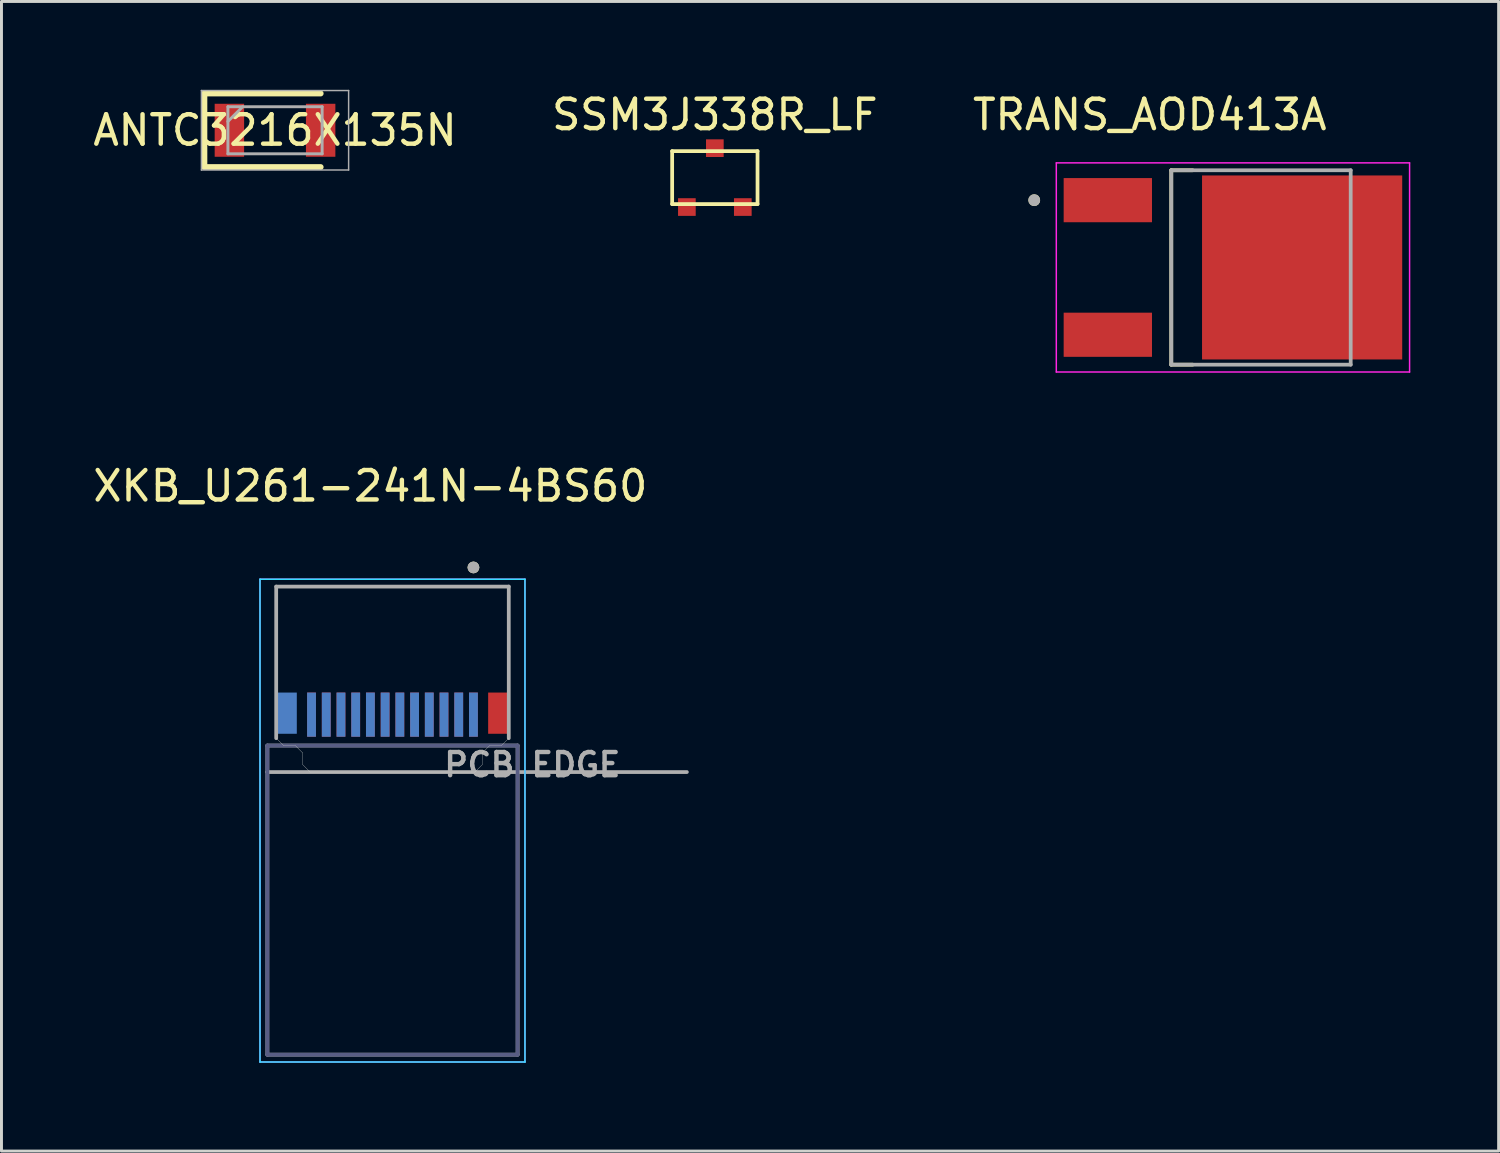
<source format=kicad_pcb>
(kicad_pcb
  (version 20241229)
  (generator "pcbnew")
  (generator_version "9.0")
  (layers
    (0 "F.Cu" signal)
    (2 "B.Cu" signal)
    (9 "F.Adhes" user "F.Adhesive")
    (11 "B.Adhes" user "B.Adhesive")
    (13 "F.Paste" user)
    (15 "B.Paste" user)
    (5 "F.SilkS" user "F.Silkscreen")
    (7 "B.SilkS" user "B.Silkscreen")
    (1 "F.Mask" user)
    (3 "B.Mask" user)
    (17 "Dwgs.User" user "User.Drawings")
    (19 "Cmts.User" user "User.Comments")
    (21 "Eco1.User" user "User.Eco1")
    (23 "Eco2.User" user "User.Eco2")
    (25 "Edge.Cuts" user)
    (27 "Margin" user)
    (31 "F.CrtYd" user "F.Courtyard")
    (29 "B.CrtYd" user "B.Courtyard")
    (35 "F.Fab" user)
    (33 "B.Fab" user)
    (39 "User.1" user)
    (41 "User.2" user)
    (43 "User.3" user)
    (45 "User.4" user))
  (footprint "ANTC3216X135N"
    (layer "F.Cu")
    (at 6.292 1.375)
    (property "Reference" "ANTC3216X135N" (at 0 0 0) (layer "F.SilkS") (effects (font (size 1 1) (thickness 0.15))))
    (attr smd)
    (fp_line (start -2.4 -1.25) (end -2.4 1.25) (stroke (width 0.2) (type solid)) (layer "F.SilkS"))
    (fp_line (start -2.4 1.25) (end 1.55 1.25) (stroke (width 0.2) (type solid)) (layer "F.SilkS"))
    (fp_line (start 1.55 -1.25) (end -2.4 -1.25) (stroke (width 0.2) (type solid)) (layer "F.SilkS"))
    (fp_line (start -2.5 -1.35) (end 2.5 -1.35) (stroke (width 0.05) (type solid)) (layer "F.Fab"))
    (fp_line (start -2.5 1.35) (end -2.5 -1.35) (stroke (width 0.05) (type solid)) (layer "F.Fab"))
    (fp_line (start -1.6 -0.8) (end 1.6 -0.8) (stroke (width 0.1) (type solid)) (layer "F.Fab"))
    (fp_line (start -1.6 -0.3) (end -1.1 -0.8) (stroke (width 0.1) (type solid)) (layer "F.Fab"))
    (fp_line (start -1.6 0.8) (end -1.6 -0.8) (stroke (width 0.1) (type solid)) (layer "F.Fab"))
    (fp_line (start 1.6 -0.8) (end 1.6 0.8) (stroke (width 0.1) (type solid)) (layer "F.Fab"))
    (fp_line (start 1.6 0.8) (end -1.6 0.8) (stroke (width 0.1) (type solid)) (layer "F.Fab"))
    (fp_line (start 2.5 -1.35) (end 2.5 1.35) (stroke (width 0.05) (type solid)) (layer "F.Fab"))
    (fp_line (start 2.5 1.35) (end -2.5 1.35) (stroke (width 0.05) (type solid)) (layer "F.Fab"))
    (pad "1" smd rect (at -1.55 0 90) (size 1.8 1) (layers "F.Cu" "F.Mask" "F.Paste"))
    (pad "2" smd rect (at 1.55 0 90) (size 1.8 1) (layers "F.Cu" "F.Mask" "F.Paste")))
  (footprint "XKB_U261-241N-4BS60"
    (layer "F.Cu")
    (at 10.282 23.175)
    (property "Reference" "XKB_U261-241N-4BS60" (at -0.752 -9.715 0) (layer "F.SilkS") (effects (font (size 1 1) (thickness 0.15))))
    (attr smd)
    (fp_poly (pts (xy -2.95 -2.75) (xy -2.55 -2.75) (xy -2.55 -1.15) (xy -2.95 -1.15)) (stroke (width 0.01) (type solid)) (fill yes) (layer "F.Mask"))
    (fp_poly (pts (xy -2.45 -2.75) (xy -2.05 -2.75) (xy -2.05 -1.15) (xy -2.45 -1.15)) (stroke (width 0.01) (type solid)) (fill yes) (layer "F.Mask"))
    (fp_poly (pts (xy -1.95 -2.75) (xy -1.55 -2.75) (xy -1.55 -1.15) (xy -1.95 -1.15)) (stroke (width 0.01) (type solid)) (fill yes) (layer "F.Mask"))
    (fp_poly (pts (xy -1.45 -2.75) (xy -1.05 -2.75) (xy -1.05 -1.15) (xy -1.45 -1.15)) (stroke (width 0.01) (type solid)) (fill yes) (layer "F.Mask"))
    (fp_poly (pts (xy -0.95 -2.75) (xy -0.55 -2.75) (xy -0.55 -1.15) (xy -0.95 -1.15)) (stroke (width 0.01) (type solid)) (fill yes) (layer "F.Mask"))
    (fp_poly (pts (xy -0.45 -2.75) (xy -0.05 -2.75) (xy -0.05 -1.15) (xy -0.45 -1.15)) (stroke (width 0.01) (type solid)) (fill yes) (layer "F.Mask"))
    (fp_poly (pts (xy 0.05 -2.75) (xy 0.45 -2.75) (xy 0.45 -1.15) (xy 0.05 -1.15)) (stroke (width 0.01) (type solid)) (fill yes) (layer "F.Mask"))
    (fp_poly (pts (xy 0.55 -2.75) (xy 0.95 -2.75) (xy 0.95 -1.15) (xy 0.55 -1.15)) (stroke (width 0.01) (type solid)) (fill yes) (layer "F.Mask"))
    (fp_poly (pts (xy 1.05 -2.75) (xy 1.45 -2.75) (xy 1.45 -1.15) (xy 1.05 -1.15)) (stroke (width 0.01) (type solid)) (fill yes) (layer "F.Mask"))
    (fp_poly (pts (xy 1.55 -2.75) (xy 1.95 -2.75) (xy 1.95 -1.15) (xy 1.55 -1.15)) (stroke (width 0.01) (type solid)) (fill yes) (layer "F.Mask"))
    (fp_poly (pts (xy 2.05 -2.75) (xy 2.45 -2.75) (xy 2.45 -1.15) (xy 2.05 -1.15)) (stroke (width 0.01) (type solid)) (fill yes) (layer "F.Mask"))
    (fp_poly (pts (xy 2.55 -2.75) (xy 2.95 -2.75) (xy 2.95 -1.15) (xy 2.55 -1.15)) (stroke (width 0.01) (type solid)) (fill yes) (layer "F.Mask"))
    (fp_poly (pts (xy -2.95 -2.75) (xy -2.55 -2.75) (xy -2.55 -1.15) (xy -2.95 -1.15)) (stroke (width 0.01) (type solid)) (fill yes) (layer "B.Mask"))
    (fp_poly (pts (xy -2.45 -2.75) (xy -2.05 -2.75) (xy -2.05 -1.15) (xy -2.45 -1.15)) (stroke (width 0.01) (type solid)) (fill yes) (layer "B.Mask"))
    (fp_poly (pts (xy -1.95 -2.75) (xy -1.55 -2.75) (xy -1.55 -1.15) (xy -1.95 -1.15)) (stroke (width 0.01) (type solid)) (fill yes) (layer "B.Mask"))
    (fp_poly (pts (xy -1.45 -2.75) (xy -1.05 -2.75) (xy -1.05 -1.15) (xy -1.45 -1.15)) (stroke (width 0.01) (type solid)) (fill yes) (layer "B.Mask"))
    (fp_poly (pts (xy -0.95 -2.75) (xy -0.55 -2.75) (xy -0.55 -1.15) (xy -0.95 -1.15)) (stroke (width 0.01) (type solid)) (fill yes) (layer "B.Mask"))
    (fp_poly (pts (xy -0.45 -2.75) (xy -0.05 -2.75) (xy -0.05 -1.15) (xy -0.45 -1.15)) (stroke (width 0.01) (type solid)) (fill yes) (layer "B.Mask"))
    (fp_poly (pts (xy 0.05 -2.75) (xy 0.45 -2.75) (xy 0.45 -1.15) (xy 0.05 -1.15)) (stroke (width 0.01) (type solid)) (fill yes) (layer "B.Mask"))
    (fp_poly (pts (xy 0.55 -2.75) (xy 0.95 -2.75) (xy 0.95 -1.15) (xy 0.55 -1.15)) (stroke (width 0.01) (type solid)) (fill yes) (layer "B.Mask"))
    (fp_poly (pts (xy 1.05 -2.75) (xy 1.45 -2.75) (xy 1.45 -1.15) (xy 1.05 -1.15)) (stroke (width 0.01) (type solid)) (fill yes) (layer "B.Mask"))
    (fp_poly (pts (xy 1.55 -2.75) (xy 1.95 -2.75) (xy 1.95 -1.15) (xy 1.55 -1.15)) (stroke (width 0.01) (type solid)) (fill yes) (layer "B.Mask"))
    (fp_poly (pts (xy 2.05 -2.75) (xy 2.45 -2.75) (xy 2.45 -1.15) (xy 2.05 -1.15)) (stroke (width 0.01) (type solid)) (fill yes) (layer "B.Mask"))
    (fp_poly (pts (xy 2.55 -2.75) (xy 2.95 -2.75) (xy 2.95 -1.15) (xy 2.55 -1.15)) (stroke (width 0.01) (type solid)) (fill yes) (layer "B.Mask"))
    (fp_circle (center 2.75 -6.95) (end 2.85 -6.95) (stroke (width 0.2) (type solid)) (fill no) (layer "F.SilkS"))
    (fp_line (start -3.7 -0.9) (end -3.95 -1.15) (stroke (width 0.01) (type solid)) (layer "Edge.Cuts"))
    (fp_line (start -3.7 -0.9) (end -3.3 -0.9) (stroke (width 0.01) (type solid)) (layer "Edge.Cuts"))
    (fp_line (start -3.3 -0.9) (end -3.05 -0.65) (stroke (width 0.01) (type solid)) (layer "Edge.Cuts"))
    (fp_line (start -3.05 -0.65) (end -3.05 -0.25) (stroke (width 0.01) (type solid)) (layer "Edge.Cuts"))
    (fp_line (start -3.05 -0.25) (end -2.8 0) (stroke (width 0.01) (type solid)) (layer "Edge.Cuts"))
    (fp_line (start -2.8 0) (end 2.8 0) (stroke (width 0.01) (type solid)) (layer "Edge.Cuts"))
    (fp_line (start 2.8 0) (end 3.05 -0.25) (stroke (width 0.01) (type solid)) (layer "Edge.Cuts"))
    (fp_line (start 3.05 -0.65) (end 3.3 -0.9) (stroke (width 0.01) (type solid)) (layer "Edge.Cuts"))
    (fp_line (start 3.05 -0.25) (end 3.05 -0.65) (stroke (width 0.01) (type solid)) (layer "Edge.Cuts"))
    (fp_line (start 3.3 -0.9) (end 3.7 -0.9) (stroke (width 0.01) (type solid)) (layer "Edge.Cuts"))
    (fp_line (start 3.7 -0.9) (end 3.95 -1.15) (stroke (width 0.01) (type solid)) (layer "Edge.Cuts"))
    (fp_line (start -4.5 -6.55) (end -4.5 9.85) (stroke (width 0.05) (type solid)) (layer "B.CrtYd"))
    (fp_line (start -4.5 9.85) (end 4.5 9.85) (stroke (width 0.05) (type solid)) (layer "B.CrtYd"))
    (fp_line (start 4.5 -6.55) (end -4.5 -6.55) (stroke (width 0.05) (type solid)) (layer "B.CrtYd"))
    (fp_line (start 4.5 9.85) (end 4.5 -6.55) (stroke (width 0.05) (type solid)) (layer "B.CrtYd"))
    (fp_line (start -4.5 -6.55) (end -4.5 9.85) (stroke (width 0.05) (type solid)) (layer "F.CrtYd"))
    (fp_line (start -4.5 9.85) (end 4.5 9.85) (stroke (width 0.05) (type solid)) (layer "F.CrtYd"))
    (fp_line (start 4.5 -6.55) (end -4.5 -6.55) (stroke (width 0.05) (type solid)) (layer "F.CrtYd"))
    (fp_line (start 4.5 9.85) (end 4.5 -6.55) (stroke (width 0.05) (type solid)) (layer "F.CrtYd"))
    (fp_line (start -4.25 -0.9) (end 4.25 -0.9) (stroke (width 0.127) (type solid)) (layer "B.Fab"))
    (fp_line (start -4.25 9.6) (end -4.25 -0.9) (stroke (width 0.127) (type solid)) (layer "B.Fab"))
    (fp_line (start 4.25 -0.9) (end 4.25 9.6) (stroke (width 0.127) (type solid)) (layer "B.Fab"))
    (fp_line (start 4.25 9.6) (end -4.25 9.6) (stroke (width 0.127) (type solid)) (layer "B.Fab"))
    (fp_line (start -4.25 -0.9) (end 4.25 -0.9) (stroke (width 0.127) (type solid)) (layer "F.Fab"))
    (fp_line (start -4.25 0) (end -4.25 -0.9) (stroke (width 0.127) (type solid)) (layer "F.Fab"))
    (fp_line (start -4.25 0) (end 10 0) (stroke (width 0.127) (type solid)) (layer "F.Fab"))
    (fp_line (start -4.25 9.6) (end -4.25 0) (stroke (width 0.127) (type solid)) (layer "F.Fab"))
    (fp_line (start -3.95 -6.3) (end 3.95 -6.3) (stroke (width 0.127) (type solid)) (layer "F.Fab"))
    (fp_line (start -3.95 -1.15) (end -3.95 -6.3) (stroke (width 0.127) (type solid)) (layer "F.Fab"))
    (fp_line (start 3.95 -6.3) (end 3.95 -1.15) (stroke (width 0.127) (type solid)) (layer "F.Fab"))
    (fp_line (start 4.25 -0.9) (end 4.25 9.6) (stroke (width 0.127) (type solid)) (layer "F.Fab"))
    (fp_line (start 4.25 9.6) (end -4.25 9.6) (stroke (width 0.127) (type solid)) (layer "F.Fab"))
    (fp_circle (center 2.75 -6.95) (end 2.85 -6.95) (stroke (width 0.2) (type solid)) (fill no) (layer "F.Fab"))
    (fp_text user "PCB EDGE" (at 4.75 -0.25 0) (layer "F.Fab") (effects (font (size 0.787 0.787) (thickness 0.15))))
    (pad "A1" smd rect (at 2.75 -1.95) (size 0.3 1.5) (layers "F.Cu" "F.Paste"))
    (pad "A2" smd rect (at 2.25 -1.95) (size 0.3 1.5) (layers "F.Cu" "F.Paste"))
    (pad "A3" smd rect (at 1.75 -1.95) (size 0.3 1.5) (layers "F.Cu" "F.Paste"))
    (pad "A4" smd rect (at 1.25 -1.95) (size 0.3 1.5) (layers "F.Cu" "F.Paste"))
    (pad "A5" smd rect (at 0.75 -1.95) (size 0.3 1.5) (layers "F.Cu" "F.Paste"))
    (pad "A6" smd rect (at 0.25 -1.95) (size 0.3 1.5) (layers "F.Cu" "F.Paste"))
    (pad "A7" smd rect (at -0.25 -1.95) (size 0.3 1.5) (layers "F.Cu" "F.Paste"))
    (pad "A8" smd rect (at -0.75 -1.95) (size 0.3 1.5) (layers "F.Cu" "F.Paste"))
    (pad "A9" smd rect (at -1.25 -1.95) (size 0.3 1.5) (layers "F.Cu" "F.Paste"))
    (pad "A10" smd rect (at -1.75 -1.95) (size 0.3 1.5) (layers "F.Cu" "F.Paste"))
    (pad "A11" smd rect (at -2.25 -1.95) (size 0.3 1.5) (layers "F.Cu" "F.Paste"))
    (pad "A12" smd rect (at -2.75 -1.95) (size 0.3 1.5) (layers "F.Cu" "F.Paste"))
    (pad "B1" smd rect (at -2.75 -1.95) (size 0.3 1.5) (layers "B.Cu" "B.Paste"))
    (pad "B2" smd rect (at -2.25 -1.95) (size 0.3 1.5) (layers "B.Cu" "B.Paste"))
    (pad "B3" smd rect (at -1.75 -1.95) (size 0.3 1.5) (layers "B.Cu" "B.Paste"))
    (pad "B4" smd rect (at -1.25 -1.95) (size 0.3 1.5) (layers "B.Cu" "B.Paste"))
    (pad "B5" smd rect (at -0.75 -1.95) (size 0.3 1.5) (layers "B.Cu" "B.Paste"))
    (pad "B6" smd rect (at -0.25 -1.95) (size 0.3 1.5) (layers "B.Cu" "B.Paste"))
    (pad "B7" smd rect (at 0.25 -1.95) (size 0.3 1.5) (layers "B.Cu" "B.Paste"))
    (pad "B8" smd rect (at 0.75 -1.95) (size 0.3 1.5) (layers "B.Cu" "B.Paste"))
    (pad "B9" smd rect (at 1.25 -1.95) (size 0.3 1.5) (layers "B.Cu" "B.Paste"))
    (pad "B10" smd rect (at 1.75 -1.95) (size 0.3 1.5) (layers "B.Cu" "B.Paste"))
    (pad "B11" smd rect (at 2.25 -1.95) (size 0.3 1.5) (layers "B.Cu" "B.Paste"))
    (pad "B12" smd rect (at 2.75 -1.95) (size 0.3 1.5) (layers "B.Cu" "B.Paste"))
    (pad "SH1" smd rect (at 3.6 -2) (size 0.7 1.4) (layers "F.Cu" "F.Mask" "F.Paste"))
    (pad "SH2" smd rect (at -3.6 -2) (size 0.7 1.4) (layers "B.Cu" "B.Mask" "B.Paste")))
  (footprint "TRANS_AOD413A"
    (layer "F.Cu")
    (at 38.831 6.035)
    (property "Reference" "TRANS_AOD413A" (at -2.825 -5.187 0) (layer "F.SilkS") (effects (font (size 1 1) (thickness 0.15))))
    (attr smd)
    (fp_line (start -2.095 -3.302) (end -1.37 -3.302) (stroke (width 0.127) (type solid)) (layer "F.SilkS"))
    (fp_line (start -2.095 3.302) (end -2.095 -3.302) (stroke (width 0.127) (type solid)) (layer "F.SilkS"))
    (fp_line (start -2.095 3.302) (end -1.37 3.302) (stroke (width 0.127) (type solid)) (layer "F.SilkS"))
    (fp_circle (center -6.75 -2.286) (end -6.65 -2.286) (stroke (width 0.2) (type solid)) (fill no) (layer "F.SilkS"))
    (fp_poly (pts (xy -0.655 -2.53) (xy 0.815 -2.53) (xy 0.815 -0.6) (xy -0.655 -0.6)) (stroke (width 0.01) (type solid)) (fill yes) (layer "F.Paste"))
    (fp_poly (pts (xy -0.655 0.6) (xy 0.815 0.6) (xy 0.815 2.53) (xy -0.655 2.53)) (stroke (width 0.01) (type solid)) (fill yes) (layer "F.Paste"))
    (fp_poly (pts (xy 1.615 -2.53) (xy 3.085 -2.53) (xy 3.085 -0.6) (xy 1.615 -0.6)) (stroke (width 0.01) (type solid)) (fill yes) (layer "F.Paste"))
    (fp_poly (pts (xy 1.615 0.6) (xy 3.085 0.6) (xy 3.085 2.53) (xy 1.615 2.53)) (stroke (width 0.01) (type solid)) (fill yes) (layer "F.Paste"))
    (fp_poly (pts (xy 3.885 -2.53) (xy 5.355 -2.53) (xy 5.355 -0.6) (xy 3.885 -0.6)) (stroke (width 0.01) (type solid)) (fill yes) (layer "F.Paste"))
    (fp_poly (pts (xy 3.885 0.6) (xy 5.355 0.6) (xy 5.355 2.53) (xy 3.885 2.53)) (stroke (width 0.01) (type solid)) (fill yes) (layer "F.Paste"))
    (fp_line (start -6 -3.552) (end -6 3.552) (stroke (width 0.05) (type solid)) (layer "F.CrtYd"))
    (fp_line (start -6 3.552) (end 6 3.552) (stroke (width 0.05) (type solid)) (layer "F.CrtYd"))
    (fp_line (start 6 -3.552) (end -6 -3.552) (stroke (width 0.05) (type solid)) (layer "F.CrtYd"))
    (fp_line (start 6 3.552) (end 6 -3.552) (stroke (width 0.05) (type solid)) (layer "F.CrtYd"))
    (fp_line (start -2.095 -3.302) (end 4 -3.302) (stroke (width 0.127) (type solid)) (layer "F.Fab"))
    (fp_line (start -2.095 3.302) (end -2.095 -3.302) (stroke (width 0.127) (type solid)) (layer "F.Fab"))
    (fp_line (start -2.095 3.302) (end 4 3.302) (stroke (width 0.127) (type solid)) (layer "F.Fab"))
    (fp_line (start 4 -3.302) (end 4 3.302) (stroke (width 0.127) (type solid)) (layer "F.Fab"))
    (fp_circle (center -6.75 -2.286) (end -6.65 -2.286) (stroke (width 0.2) (type solid)) (fill no) (layer "F.Fab"))
    (pad "1" smd rect (at -4.25 -2.286) (size 3 1.5) (layers "F.Cu" "F.Mask" "F.Paste"))
    (pad "3" smd rect (at -4.25 2.286) (size 3 1.5) (layers "F.Cu" "F.Mask" "F.Paste"))
    (pad "4" smd rect (at 2.35 0) (size 6.8 6.25) (layers "F.Cu" "F.Mask")))
  (footprint "SSM3J338R_LF"
    (layer "F.Cu")
    (at 21.232 2.983)
    (property "Reference" "SSM3J338R_LF" (at 0 -2.135 0) (layer "F.SilkS") (effects (font (size 1 1) (thickness 0.15))))
    (attr smd)
    (fp_line (start -1.45 -0.9) (end 1.45 -0.9) (stroke (width 0.127) (type solid)) (layer "F.SilkS"))
    (fp_line (start -1.45 0.9) (end -1.45 -0.9) (stroke (width 0.127) (type solid)) (layer "F.SilkS"))
    (fp_line (start 1.45 -0.9) (end 1.45 0.9) (stroke (width 0.127) (type solid)) (layer "F.SilkS"))
    (fp_line (start 1.45 0.9) (end -1.45 0.9) (stroke (width 0.127) (type solid)) (layer "F.SilkS"))
    (pad "P$1" smd rect (at -0.95 1 90) (size 0.6 0.6) (layers "F.Cu" "F.Mask" "F.Paste"))
    (pad "P$2" smd rect (at 0.95 1 90) (size 0.6 0.6) (layers "F.Cu" "F.Mask" "F.Paste"))
    (pad "P$3" smd rect (at 0 -1 90) (size 0.6 0.6) (layers "F.Cu" "F.Mask" "F.Paste")))
  (gr_rect
    (start -3 -3)
    (end 47.856 36.05)
    (stroke (width 0.1) (type default))
    (fill no)
    (layer "Edge.Cuts")))
</source>
